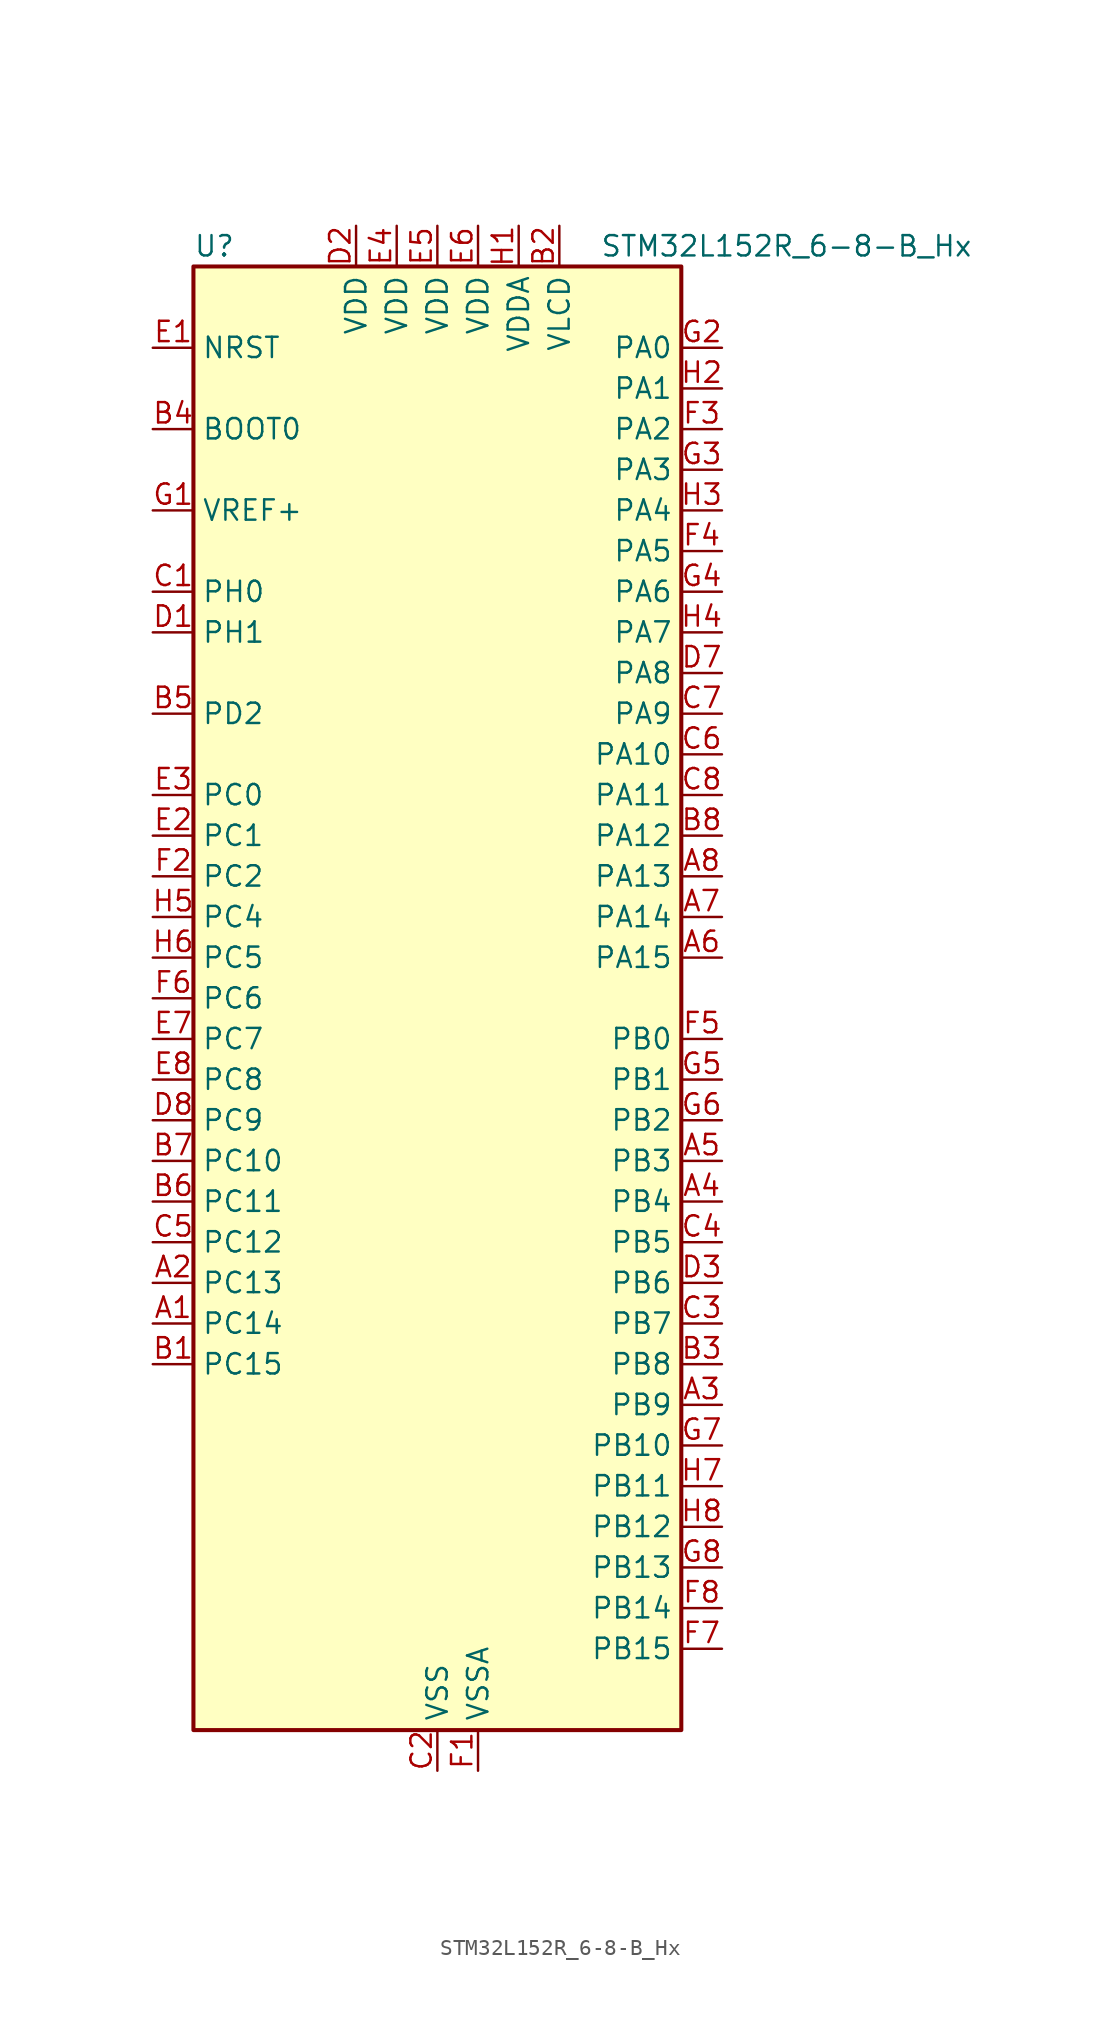
<source format=kicad_sym>
(kicad_symbol_lib
  (version 20241209)
  (generator "kicad_symbol_editor")
  (generator_version "9.0")
  (symbol "STM32L152R_6-8-B_Hx"
    (property "Reference" "U"
      (at -15.24 46.99 0)
      (effects (font (size 1.27 1.27)) (justify left)))
    (property "Value" "STM32L152R_6-8-B_Hx"
      (at 10.16 46.99 0)
      (effects (font (size 1.27 1.27)) (justify left)))
    (symbol "STM32L152R_6-8-B_Hx_0_1"
      (rectangle (start -15.24 -45.72) (end 15.24 45.72) (stroke (width 0.254) (type default)) (fill (type background))))
    (symbol "STM32L152R_6-8-B_Hx_1_1"
      (pin input line (at -17.78 40.64 0) (length 2.54) (name "NRST" (effects (font (size 1.27 1.27)))) (number "E1" (effects (font (size 1.27 1.27)))))
      (pin input line (at -17.78 35.56 0) (length 2.54) (name "BOOT0" (effects (font (size 1.27 1.27)))) (number "B4" (effects (font (size 1.27 1.27)))))
      (pin input line (at -17.78 30.48 0) (length 2.54) (name "VREF+" (effects (font (size 1.27 1.27)))) (number "G1" (effects (font (size 1.27 1.27)))))
      (pin bidirectional line (at -17.78 25.4 0) (length 2.54) (name "PH0" (effects (font (size 1.27 1.27)))) (number "C1" (effects (font (size 1.27 1.27)))) (alternate "RCC_OSC_IN" bidirectional line))
      (pin bidirectional line (at -17.78 22.86 0) (length 2.54) (name "PH1" (effects (font (size 1.27 1.27)))) (number "D1" (effects (font (size 1.27 1.27)))) (alternate "RCC_OSC_OUT" bidirectional line))
      (pin bidirectional line (at -17.78 17.78 0) (length 2.54) (name "PD2" (effects (font (size 1.27 1.27)))) (number "B5" (effects (font (size 1.27 1.27)))) (alternate "LCD_COM7" bidirectional line) (alternate "LCD_SEG31" bidirectional line) (alternate "TIM3_ETR" bidirectional line) (alternate "TIMX_IC3" bidirectional line))
      (pin bidirectional line (at -17.78 12.7 0) (length 2.54) (name "PC0" (effects (font (size 1.27 1.27)))) (number "E3" (effects (font (size 1.27 1.27)))) (alternate "ADC_IN10" bidirectional line) (alternate "COMP1_INP" bidirectional line) (alternate "LCD_SEG18" bidirectional line) (alternate "TIMX_IC1" bidirectional line) (alternate "TS_G8_IO1" bidirectional line))
      (pin bidirectional line (at -17.78 10.16 0) (length 2.54) (name "PC1" (effects (font (size 1.27 1.27)))) (number "E2" (effects (font (size 1.27 1.27)))) (alternate "ADC_IN11" bidirectional line) (alternate "COMP1_INP" bidirectional line) (alternate "LCD_SEG19" bidirectional line) (alternate "TIMX_IC2" bidirectional line) (alternate "TS_G8_IO2" bidirectional line))
      (pin bidirectional line (at -17.78 7.62 0) (length 2.54) (name "PC2" (effects (font (size 1.27 1.27)))) (number "F2" (effects (font (size 1.27 1.27)))) (alternate "ADC_IN12" bidirectional line) (alternate "COMP1_INP" bidirectional line) (alternate "LCD_SEG20" bidirectional line) (alternate "TIMX_IC3" bidirectional line) (alternate "TS_G8_IO3" bidirectional line))
      (pin bidirectional line (at -17.78 5.08 0) (length 2.54) (name "PC4" (effects (font (size 1.27 1.27)))) (number "H5" (effects (font (size 1.27 1.27)))) (alternate "ADC_IN14" bidirectional line) (alternate "COMP1_INP" bidirectional line) (alternate "LCD_SEG22" bidirectional line) (alternate "TIMX_IC1" bidirectional line) (alternate "TS_G9_IO1" bidirectional line))
      (pin bidirectional line (at -17.78 2.54 0) (length 2.54) (name "PC5" (effects (font (size 1.27 1.27)))) (number "H6" (effects (font (size 1.27 1.27)))) (alternate "ADC_IN15" bidirectional line) (alternate "COMP1_INP" bidirectional line) (alternate "LCD_SEG23" bidirectional line) (alternate "TIMX_IC2" bidirectional line) (alternate "TS_G9_IO2" bidirectional line))
      (pin bidirectional line (at -17.78 0 0) (length 2.54) (name "PC6" (effects (font (size 1.27 1.27)))) (number "F6" (effects (font (size 1.27 1.27)))) (alternate "LCD_SEG24" bidirectional line) (alternate "TIM3_CH1" bidirectional line) (alternate "TIMX_IC3" bidirectional line) (alternate "TS_G10_IO1" bidirectional line))
      (pin bidirectional line (at -17.78 -2.54 0) (length 2.54) (name "PC7" (effects (font (size 1.27 1.27)))) (number "E7" (effects (font (size 1.27 1.27)))) (alternate "LCD_SEG25" bidirectional line) (alternate "TIM3_CH2" bidirectional line) (alternate "TIMX_IC4" bidirectional line) (alternate "TS_G10_IO2" bidirectional line))
      (pin bidirectional line (at -17.78 -5.08 0) (length 2.54) (name "PC8" (effects (font (size 1.27 1.27)))) (number "E8" (effects (font (size 1.27 1.27)))) (alternate "LCD_SEG26" bidirectional line) (alternate "TIM3_CH3" bidirectional line) (alternate "TIMX_IC1" bidirectional line) (alternate "TS_G10_IO3" bidirectional line))
      (pin bidirectional line (at -17.78 -7.62 0) (length 2.54) (name "PC9" (effects (font (size 1.27 1.27)))) (number "D8" (effects (font (size 1.27 1.27)))) (alternate "DAC_EXTI9" bidirectional line) (alternate "LCD_SEG27" bidirectional line) (alternate "TIM3_CH4" bidirectional line) (alternate "TIMX_IC2" bidirectional line) (alternate "TS_G10_IO4" bidirectional line))
      (pin bidirectional line (at -17.78 -10.16 0) (length 2.54) (name "PC10" (effects (font (size 1.27 1.27)))) (number "B7" (effects (font (size 1.27 1.27)))) (alternate "LCD_COM4" bidirectional line) (alternate "LCD_SEG28" bidirectional line) (alternate "TIMX_IC3" bidirectional line) (alternate "USART3_TX" bidirectional line))
      (pin bidirectional line (at -17.78 -12.7 0) (length 2.54) (name "PC11" (effects (font (size 1.27 1.27)))) (number "B6" (effects (font (size 1.27 1.27)))) (alternate "ADC_EXTI11" bidirectional line) (alternate "LCD_COM5" bidirectional line) (alternate "LCD_SEG29" bidirectional line) (alternate "TIMX_IC4" bidirectional line) (alternate "USART3_RX" bidirectional line))
      (pin bidirectional line (at -17.78 -15.24 0) (length 2.54) (name "PC12" (effects (font (size 1.27 1.27)))) (number "C5" (effects (font (size 1.27 1.27)))) (alternate "LCD_COM6" bidirectional line) (alternate "LCD_SEG30" bidirectional line) (alternate "TIMX_IC1" bidirectional line) (alternate "USART3_CK" bidirectional line))
      (pin bidirectional line (at -17.78 -17.78 0) (length 2.54) (name "PC13" (effects (font (size 1.27 1.27)))) (number "A2" (effects (font (size 1.27 1.27)))) (alternate "RTC_OUT_ALARM" bidirectional line) (alternate "RTC_OUT_CALIB" bidirectional line) (alternate "RTC_TAMP1" bidirectional line) (alternate "RTC_TS" bidirectional line) (alternate "SYS_WKUP2" bidirectional line) (alternate "TIMX_IC2" bidirectional line))
      (pin bidirectional line (at -17.78 -20.32 0) (length 2.54) (name "PC14" (effects (font (size 1.27 1.27)))) (number "A1" (effects (font (size 1.27 1.27)))) (alternate "RCC_OSC32_IN" bidirectional line) (alternate "TIMX_IC3" bidirectional line))
      (pin bidirectional line (at -17.78 -22.86 0) (length 2.54) (name "PC15" (effects (font (size 1.27 1.27)))) (number "B1" (effects (font (size 1.27 1.27)))) (alternate "ADC_EXTI15" bidirectional line) (alternate "RCC_OSC32_OUT" bidirectional line) (alternate "TIMX_IC4" bidirectional line))
      (pin power_in line (at -5.08 48.26 270) (length 2.54) (name "VDD" (effects (font (size 1.27 1.27)))) (number "D2" (effects (font (size 1.27 1.27)))))
      (pin power_in line (at -2.54 48.26 270) (length 2.54) (name "VDD" (effects (font (size 1.27 1.27)))) (number "E4" (effects (font (size 1.27 1.27)))))
      (pin power_in line (at 0 48.26 270) (length 2.54) (name "VDD" (effects (font (size 1.27 1.27)))) (number "E5" (effects (font (size 1.27 1.27)))))
      (pin power_in line (at 0 -48.26 90) (length 2.54) (name "VSS" (effects (font (size 1.27 1.27)))) (number "C2" (effects (font (size 1.27 1.27)))))
      (pin passive line (at 0 -48.26 90) (length 2.54) (hide yes) (name "VSS" (effects (font (size 1.27 1.27)))) (number "D4" (effects (font (size 1.27 1.27)))))
      (pin passive line (at 0 -48.26 90) (length 2.54) (hide yes) (name "VSS" (effects (font (size 1.27 1.27)))) (number "D5" (effects (font (size 1.27 1.27)))))
      (pin passive line (at 0 -48.26 90) (length 2.54) (hide yes) (name "VSS" (effects (font (size 1.27 1.27)))) (number "D6" (effects (font (size 1.27 1.27)))))
      (pin power_in line (at 2.54 48.26 270) (length 2.54) (name "VDD" (effects (font (size 1.27 1.27)))) (number "E6" (effects (font (size 1.27 1.27)))))
      (pin power_in line (at 2.54 -48.26 90) (length 2.54) (name "VSSA" (effects (font (size 1.27 1.27)))) (number "F1" (effects (font (size 1.27 1.27)))))
      (pin power_in line (at 5.08 48.26 270) (length 2.54) (name "VDDA" (effects (font (size 1.27 1.27)))) (number "H1" (effects (font (size 1.27 1.27)))))
      (pin power_in line (at 7.62 48.26 270) (length 2.54) (name "VLCD" (effects (font (size 1.27 1.27)))) (number "B2" (effects (font (size 1.27 1.27)))))
      (pin bidirectional line (at 17.78 40.64 180) (length 2.54) (name "PA0" (effects (font (size 1.27 1.27)))) (number "G2" (effects (font (size 1.27 1.27)))) (alternate "ADC_IN0" bidirectional line) (alternate "COMP1_INP" bidirectional line) (alternate "SYS_WKUP1" bidirectional line) (alternate "TIM2_CH1" bidirectional line) (alternate "TIM2_ETR" bidirectional line) (alternate "TIMX_IC1" bidirectional line) (alternate "TS_G1_IO1" bidirectional line) (alternate "USART2_CTS" bidirectional line))
      (pin bidirectional line (at 17.78 38.1 180) (length 2.54) (name "PA1" (effects (font (size 1.27 1.27)))) (number "H2" (effects (font (size 1.27 1.27)))) (alternate "ADC_IN1" bidirectional line) (alternate "COMP1_INP" bidirectional line) (alternate "LCD_SEG0" bidirectional line) (alternate "TIM2_CH2" bidirectional line) (alternate "TIMX_IC2" bidirectional line) (alternate "TS_G1_IO2" bidirectional line) (alternate "USART2_RTS" bidirectional line))
      (pin bidirectional line (at 17.78 35.56 180) (length 2.54) (name "PA2" (effects (font (size 1.27 1.27)))) (number "F3" (effects (font (size 1.27 1.27)))) (alternate "ADC_IN2" bidirectional line) (alternate "COMP1_INP" bidirectional line) (alternate "LCD_SEG1" bidirectional line) (alternate "TIM2_CH3" bidirectional line) (alternate "TIM9_CH1" bidirectional line) (alternate "TIMX_IC3" bidirectional line) (alternate "TS_G1_IO3" bidirectional line) (alternate "USART2_TX" bidirectional line))
      (pin bidirectional line (at 17.78 33.02 180) (length 2.54) (name "PA3" (effects (font (size 1.27 1.27)))) (number "G3" (effects (font (size 1.27 1.27)))) (alternate "ADC_IN3" bidirectional line) (alternate "COMP1_INP" bidirectional line) (alternate "LCD_SEG2" bidirectional line) (alternate "TIM2_CH4" bidirectional line) (alternate "TIM9_CH2" bidirectional line) (alternate "TIMX_IC4" bidirectional line) (alternate "TS_G1_IO4" bidirectional line) (alternate "USART2_RX" bidirectional line))
      (pin bidirectional line (at 17.78 30.48 180) (length 2.54) (name "PA4" (effects (font (size 1.27 1.27)))) (number "H3" (effects (font (size 1.27 1.27)))) (alternate "ADC_IN4" bidirectional line) (alternate "COMP1_INP" bidirectional line) (alternate "DAC_OUT1" bidirectional line) (alternate "SPI1_NSS" bidirectional line) (alternate "TIMX_IC1" bidirectional line) (alternate "USART2_CK" bidirectional line))
      (pin bidirectional line (at 17.78 27.94 180) (length 2.54) (name "PA5" (effects (font (size 1.27 1.27)))) (number "F4" (effects (font (size 1.27 1.27)))) (alternate "ADC_IN5" bidirectional line) (alternate "COMP1_INP" bidirectional line) (alternate "DAC_OUT2" bidirectional line) (alternate "SPI1_SCK" bidirectional line) (alternate "TIM2_CH1" bidirectional line) (alternate "TIM2_ETR" bidirectional line) (alternate "TIMX_IC2" bidirectional line))
      (pin bidirectional line (at 17.78 25.4 180) (length 2.54) (name "PA6" (effects (font (size 1.27 1.27)))) (number "G4" (effects (font (size 1.27 1.27)))) (alternate "ADC_IN6" bidirectional line) (alternate "COMP1_INP" bidirectional line) (alternate "LCD_SEG3" bidirectional line) (alternate "SPI1_MISO" bidirectional line) (alternate "TIM10_CH1" bidirectional line) (alternate "TIM3_CH1" bidirectional line) (alternate "TIMX_IC3" bidirectional line) (alternate "TS_G2_IO1" bidirectional line))
      (pin bidirectional line (at 17.78 22.86 180) (length 2.54) (name "PA7" (effects (font (size 1.27 1.27)))) (number "H4" (effects (font (size 1.27 1.27)))) (alternate "ADC_IN7" bidirectional line) (alternate "COMP1_INP" bidirectional line) (alternate "LCD_SEG4" bidirectional line) (alternate "SPI1_MOSI" bidirectional line) (alternate "TIM11_CH1" bidirectional line) (alternate "TIM3_CH2" bidirectional line) (alternate "TIMX_IC4" bidirectional line) (alternate "TS_G2_IO2" bidirectional line))
      (pin bidirectional line (at 17.78 20.32 180) (length 2.54) (name "PA8" (effects (font (size 1.27 1.27)))) (number "D7" (effects (font (size 1.27 1.27)))) (alternate "LCD_COM0" bidirectional line) (alternate "RCC_MCO" bidirectional line) (alternate "TIMX_IC1" bidirectional line) (alternate "TS_G4_IO1" bidirectional line) (alternate "USART1_CK" bidirectional line))
      (pin bidirectional line (at 17.78 17.78 180) (length 2.54) (name "PA9" (effects (font (size 1.27 1.27)))) (number "C7" (effects (font (size 1.27 1.27)))) (alternate "DAC_EXTI9" bidirectional line) (alternate "LCD_COM1" bidirectional line) (alternate "TIMX_IC2" bidirectional line) (alternate "TS_G4_IO2" bidirectional line) (alternate "USART1_TX" bidirectional line))
      (pin bidirectional line (at 17.78 15.24 180) (length 2.54) (name "PA10" (effects (font (size 1.27 1.27)))) (number "C6" (effects (font (size 1.27 1.27)))) (alternate "LCD_COM2" bidirectional line) (alternate "TIMX_IC3" bidirectional line) (alternate "TS_G4_IO3" bidirectional line) (alternate "USART1_RX" bidirectional line))
      (pin bidirectional line (at 17.78 12.7 180) (length 2.54) (name "PA11" (effects (font (size 1.27 1.27)))) (number "C8" (effects (font (size 1.27 1.27)))) (alternate "ADC_EXTI11" bidirectional line) (alternate "SPI1_MISO" bidirectional line) (alternate "TIMX_IC4" bidirectional line) (alternate "USART1_CTS" bidirectional line) (alternate "USB_DM" bidirectional line))
      (pin bidirectional line (at 17.78 10.16 180) (length 2.54) (name "PA12" (effects (font (size 1.27 1.27)))) (number "B8" (effects (font (size 1.27 1.27)))) (alternate "SPI1_MOSI" bidirectional line) (alternate "TIMX_IC1" bidirectional line) (alternate "USART1_RTS" bidirectional line) (alternate "USB_DP" bidirectional line))
      (pin bidirectional line (at 17.78 7.62 180) (length 2.54) (name "PA13" (effects (font (size 1.27 1.27)))) (number "A8" (effects (font (size 1.27 1.27)))) (alternate "SYS_JTMS-SWDIO" bidirectional line) (alternate "TIMX_IC2" bidirectional line) (alternate "TS_G5_IO1" bidirectional line))
      (pin bidirectional line (at 17.78 5.08 180) (length 2.54) (name "PA14" (effects (font (size 1.27 1.27)))) (number "A7" (effects (font (size 1.27 1.27)))) (alternate "SYS_JTCK-SWCLK" bidirectional line) (alternate "TIMX_IC3" bidirectional line) (alternate "TS_G5_IO2" bidirectional line))
      (pin bidirectional line (at 17.78 2.54 180) (length 2.54) (name "PA15" (effects (font (size 1.27 1.27)))) (number "A6" (effects (font (size 1.27 1.27)))) (alternate "ADC_EXTI15" bidirectional line) (alternate "LCD_SEG17" bidirectional line) (alternate "SPI1_NSS" bidirectional line) (alternate "SYS_JTDI" bidirectional line) (alternate "TIM2_CH1" bidirectional line) (alternate "TIM2_ETR" bidirectional line) (alternate "TIMX_IC4" bidirectional line) (alternate "TS_G5_IO3" bidirectional line))
      (pin bidirectional line (at 17.78 -2.54 180) (length 2.54) (name "PB0" (effects (font (size 1.27 1.27)))) (number "F5" (effects (font (size 1.27 1.27)))) (alternate "ADC_IN8" bidirectional line) (alternate "COMP1_INP" bidirectional line) (alternate "LCD_SEG5" bidirectional line) (alternate "SYS_V_REF_OUT" bidirectional line) (alternate "TIM3_CH3" bidirectional line) (alternate "TS_G3_IO1" bidirectional line))
      (pin bidirectional line (at 17.78 -5.08 180) (length 2.54) (name "PB1" (effects (font (size 1.27 1.27)))) (number "G5" (effects (font (size 1.27 1.27)))) (alternate "ADC_IN9" bidirectional line) (alternate "COMP1_INP" bidirectional line) (alternate "LCD_SEG6" bidirectional line) (alternate "SYS_V_REF_OUT" bidirectional line) (alternate "TIM3_CH4" bidirectional line) (alternate "TS_G3_IO2" bidirectional line))
      (pin bidirectional line (at 17.78 -7.62 180) (length 2.54) (name "PB2" (effects (font (size 1.27 1.27)))) (number "G6" (effects (font (size 1.27 1.27)))))
      (pin bidirectional line (at 17.78 -10.16 180) (length 2.54) (name "PB3" (effects (font (size 1.27 1.27)))) (number "A5" (effects (font (size 1.27 1.27)))) (alternate "COMP2_INM" bidirectional line) (alternate "LCD_SEG7" bidirectional line) (alternate "SPI1_SCK" bidirectional line) (alternate "SYS_JTDO-TRACESWO" bidirectional line) (alternate "TIM2_CH2" bidirectional line))
      (pin bidirectional line (at 17.78 -12.7 180) (length 2.54) (name "PB4" (effects (font (size 1.27 1.27)))) (number "A4" (effects (font (size 1.27 1.27)))) (alternate "COMP2_INP" bidirectional line) (alternate "LCD_SEG8" bidirectional line) (alternate "SPI1_MISO" bidirectional line) (alternate "SYS_JTRST" bidirectional line) (alternate "TIM3_CH1" bidirectional line) (alternate "TS_G6_IO1" bidirectional line))
      (pin bidirectional line (at 17.78 -15.24 180) (length 2.54) (name "PB5" (effects (font (size 1.27 1.27)))) (number "C4" (effects (font (size 1.27 1.27)))) (alternate "COMP2_INP" bidirectional line) (alternate "I2C1_SMBA" bidirectional line) (alternate "LCD_SEG9" bidirectional line) (alternate "SPI1_MOSI" bidirectional line) (alternate "TIM3_CH2" bidirectional line) (alternate "TS_G6_IO2" bidirectional line))
      (pin bidirectional line (at 17.78 -17.78 180) (length 2.54) (name "PB6" (effects (font (size 1.27 1.27)))) (number "D3" (effects (font (size 1.27 1.27)))) (alternate "I2C1_SCL" bidirectional line) (alternate "TIM4_CH1" bidirectional line) (alternate "USART1_TX" bidirectional line))
      (pin bidirectional line (at 17.78 -20.32 180) (length 2.54) (name "PB7" (effects (font (size 1.27 1.27)))) (number "C3" (effects (font (size 1.27 1.27)))) (alternate "I2C1_SDA" bidirectional line) (alternate "SYS_PVD_IN" bidirectional line) (alternate "TIM4_CH2" bidirectional line) (alternate "USART1_RX" bidirectional line))
      (pin bidirectional line (at 17.78 -22.86 180) (length 2.54) (name "PB8" (effects (font (size 1.27 1.27)))) (number "B3" (effects (font (size 1.27 1.27)))) (alternate "I2C1_SCL" bidirectional line) (alternate "LCD_SEG16" bidirectional line) (alternate "TIM10_CH1" bidirectional line) (alternate "TIM4_CH3" bidirectional line))
      (pin bidirectional line (at 17.78 -25.4 180) (length 2.54) (name "PB9" (effects (font (size 1.27 1.27)))) (number "A3" (effects (font (size 1.27 1.27)))) (alternate "DAC_EXTI9" bidirectional line) (alternate "I2C1_SDA" bidirectional line) (alternate "LCD_COM3" bidirectional line) (alternate "TIM11_CH1" bidirectional line) (alternate "TIM4_CH4" bidirectional line))
      (pin bidirectional line (at 17.78 -27.94 180) (length 2.54) (name "PB10" (effects (font (size 1.27 1.27)))) (number "G7" (effects (font (size 1.27 1.27)))) (alternate "I2C2_SCL" bidirectional line) (alternate "LCD_SEG10" bidirectional line) (alternate "TIM2_CH3" bidirectional line) (alternate "USART3_TX" bidirectional line))
      (pin bidirectional line (at 17.78 -30.48 180) (length 2.54) (name "PB11" (effects (font (size 1.27 1.27)))) (number "H7" (effects (font (size 1.27 1.27)))) (alternate "ADC_EXTI11" bidirectional line) (alternate "I2C2_SDA" bidirectional line) (alternate "LCD_SEG11" bidirectional line) (alternate "TIM2_CH4" bidirectional line) (alternate "USART3_RX" bidirectional line))
      (pin bidirectional line (at 17.78 -33.02 180) (length 2.54) (name "PB12" (effects (font (size 1.27 1.27)))) (number "H8" (effects (font (size 1.27 1.27)))) (alternate "ADC_IN18" bidirectional line) (alternate "COMP1_INP" bidirectional line) (alternate "I2C2_SMBA" bidirectional line) (alternate "LCD_SEG12" bidirectional line) (alternate "SPI2_NSS" bidirectional line) (alternate "TIM10_CH1" bidirectional line) (alternate "TS_G7_IO1" bidirectional line) (alternate "USART3_CK" bidirectional line))
      (pin bidirectional line (at 17.78 -35.56 180) (length 2.54) (name "PB13" (effects (font (size 1.27 1.27)))) (number "G8" (effects (font (size 1.27 1.27)))) (alternate "ADC_IN19" bidirectional line) (alternate "COMP1_INP" bidirectional line) (alternate "LCD_SEG13" bidirectional line) (alternate "SPI2_SCK" bidirectional line) (alternate "TIM9_CH1" bidirectional line) (alternate "TS_G7_IO2" bidirectional line) (alternate "USART3_CTS" bidirectional line))
      (pin bidirectional line (at 17.78 -38.1 180) (length 2.54) (name "PB14" (effects (font (size 1.27 1.27)))) (number "F8" (effects (font (size 1.27 1.27)))) (alternate "ADC_IN20" bidirectional line) (alternate "COMP1_INP" bidirectional line) (alternate "LCD_SEG14" bidirectional line) (alternate "SPI2_MISO" bidirectional line) (alternate "TIM9_CH2" bidirectional line) (alternate "TS_G7_IO3" bidirectional line) (alternate "USART3_RTS" bidirectional line))
      (pin bidirectional line (at 17.78 -40.64 180) (length 2.54) (name "PB15" (effects (font (size 1.27 1.27)))) (number "F7" (effects (font (size 1.27 1.27)))) (alternate "ADC_EXTI15" bidirectional line) (alternate "ADC_IN21" bidirectional line) (alternate "COMP1_INP" bidirectional line) (alternate "LCD_SEG15" bidirectional line) (alternate "RTC_REFIN" bidirectional line) (alternate "SPI2_MOSI" bidirectional line) (alternate "TIM11_CH1" bidirectional line) (alternate "TS_G7_IO4" bidirectional line)))))
</source>
